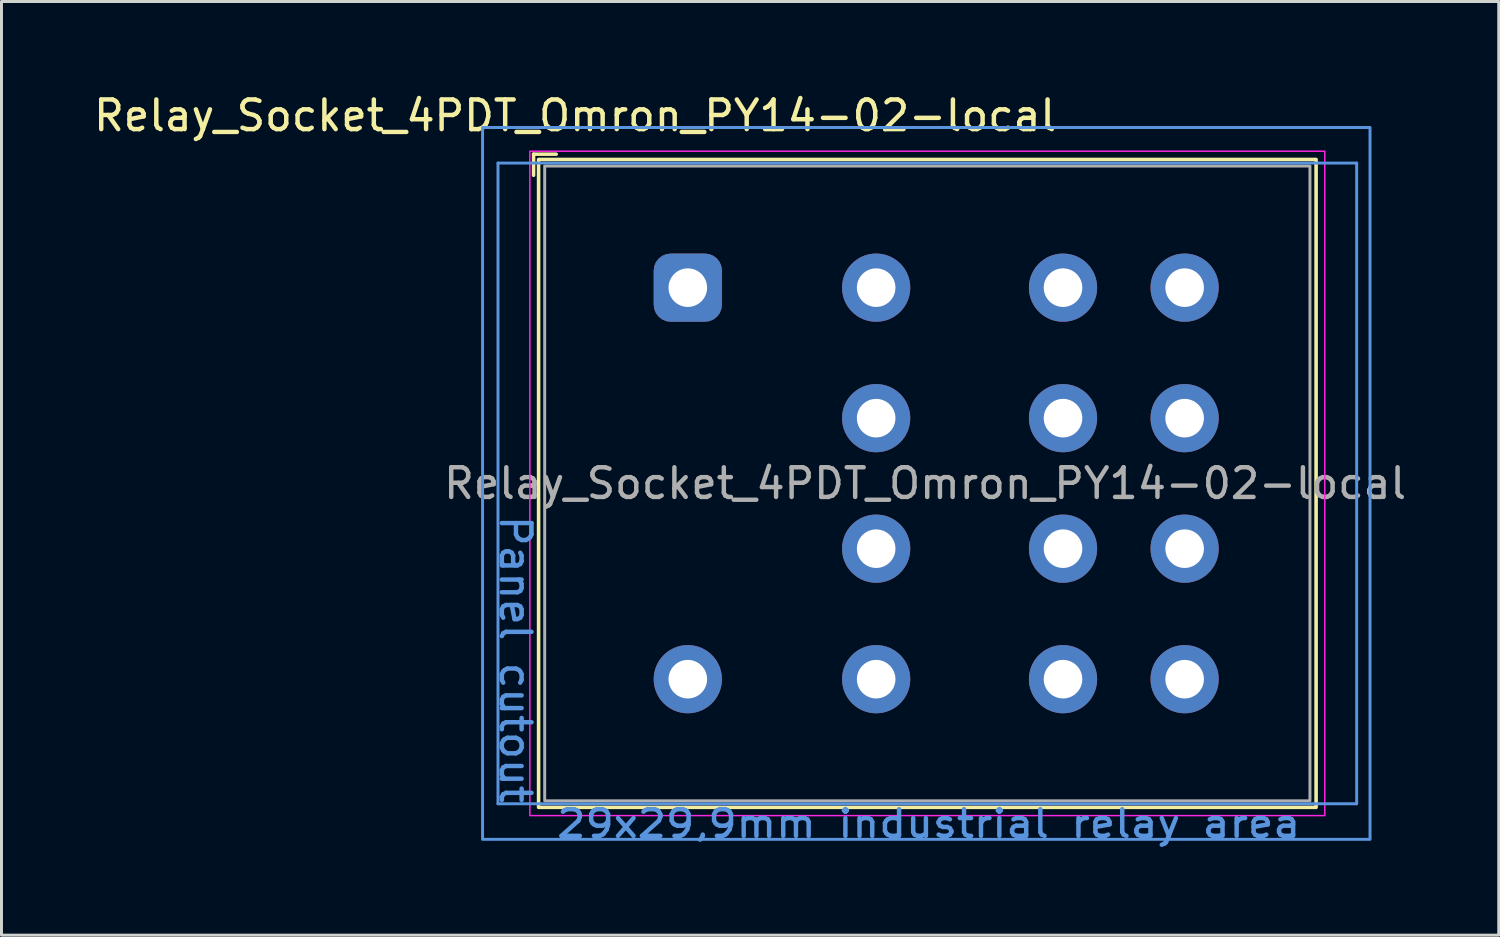
<source format=kicad_pcb>
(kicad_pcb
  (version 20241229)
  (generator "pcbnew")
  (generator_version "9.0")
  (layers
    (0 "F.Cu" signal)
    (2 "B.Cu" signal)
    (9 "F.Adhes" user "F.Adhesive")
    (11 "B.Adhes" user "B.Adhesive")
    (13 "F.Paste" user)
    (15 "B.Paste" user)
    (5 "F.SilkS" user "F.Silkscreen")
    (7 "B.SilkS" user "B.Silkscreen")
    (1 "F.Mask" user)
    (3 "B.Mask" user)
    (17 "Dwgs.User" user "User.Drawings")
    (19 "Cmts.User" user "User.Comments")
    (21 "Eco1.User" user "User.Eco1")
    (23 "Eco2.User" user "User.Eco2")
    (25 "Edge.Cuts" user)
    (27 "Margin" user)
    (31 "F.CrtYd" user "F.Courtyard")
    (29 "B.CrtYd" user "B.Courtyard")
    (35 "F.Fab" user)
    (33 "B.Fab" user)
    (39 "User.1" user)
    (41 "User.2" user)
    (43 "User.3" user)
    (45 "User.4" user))
  (footprint "Relay_Socket_4PDT_Omron_PY14-02-local"
    (layer "F.Cu")
    (at 20.139 6.648)
    (property "Reference" "Relay_Socket_4PDT_Omron_PY14-02-local" (at -3.8 -5.8 0) (unlocked yes) (layer "F.SilkS") (effects (font (size 1 1) (thickness 0.15))))
    (attr through_hole)
    (fp_line (start -5.2 -4.5) (end -4.438 -4.5) (stroke (width 0.12) (type default)) (layer "F.SilkS"))
    (fp_line (start -5.2 -3.789) (end -5.2 -4.5) (stroke (width 0.12) (type default)) (layer "F.SilkS"))
    (fp_rect (start 21.182 -4.322) (end -5.031 17.522) (stroke (width 0.12) (type default)) (fill no) (layer "F.SilkS"))
    (fp_line (start -6.4 -4.2) (end -6.4 17.4) (stroke (width 0.1) (type default)) (layer "Cmts.User"))
    (fp_line (start 22.55 -4.2) (end -6.4 -4.2) (stroke (width 0.1) (type default)) (layer "Cmts.User"))
    (fp_line (start 22.55 -4.2) (end 22.55 17.4) (stroke (width 0.1) (type default)) (layer "Cmts.User"))
    (fp_line (start 22.55 17.4) (end -6.4 17.4) (stroke (width 0.1) (type default)) (layer "Cmts.User"))
    (fp_rect (start 23 -5.4) (end -6.92 18.6) (stroke (width 0.1) (type default)) (fill no) (layer "Cmts.User"))
    (fp_rect (start 21.475 -4.6) (end -5.325 17.8) (stroke (width 0.05) (type default)) (fill no) (layer "F.CrtYd"))
    (fp_rect (start 20.975 -4.1) (end -4.825 17.3) (stroke (width 0.1) (type default)) (fill no) (layer "F.Fab"))
    (fp_text user "29x29,9mm industrial relay area" (at -4.5 18.6 0) (unlocked yes) (layer "Cmts.User") (effects (font (size 0.9 1) (thickness 0.15)) (justify left bottom)))
    (fp_text user "Panel cutout" (at -6.4 7.6 270) (unlocked yes) (layer "Cmts.User") (effects (font (size 1 1) (thickness 0.15)) (justify left bottom)))
    (fp_text user "${REFERENCE}" (at 8 6.6 0) (unlocked yes) (layer "F.Fab") (effects (font (size 1 1) (thickness 0.15))))
    (pad "1" thru_hole circle (at 16.75 0 270) (size 2.3 2.3) (drill 1.3) (layers "*.Cu" "*.Mask"))
    (pad "2" thru_hole circle (at 16.75 4.4 270) (size 2.3 2.3) (drill 1.3) (layers "*.Cu" "*.Mask"))
    (pad "3" thru_hole circle (at 16.75 8.8 270) (size 2.3 2.3) (drill 1.3) (layers "*.Cu" "*.Mask"))
    (pad "4" thru_hole circle (at 16.75 13.2 270) (size 2.3 2.3) (drill 1.3) (layers "*.Cu" "*.Mask"))
    (pad "5" thru_hole circle (at 12.65 0 270) (size 2.3 2.3) (drill 1.3) (layers "*.Cu" "*.Mask"))
    (pad "6" thru_hole circle (at 12.65 4.4 270) (size 2.3 2.3) (drill 1.3) (layers "*.Cu" "*.Mask"))
    (pad "7" thru_hole circle (at 12.65 8.8 270) (size 2.3 2.3) (drill 1.3) (layers "*.Cu" "*.Mask"))
    (pad "8" thru_hole circle (at 12.65 13.2 270) (size 2.3 2.3) (drill 1.3) (layers "*.Cu" "*.Mask"))
    (pad "9" thru_hole circle (at 6.35 0 270) (size 2.3 2.3) (drill 1.3) (layers "*.Cu" "*.Mask"))
    (pad "10" thru_hole circle (at 6.35 4.4 270) (size 2.3 2.3) (drill 1.3) (layers "*.Cu" "*.Mask"))
    (pad "11" thru_hole circle (at 6.35 8.8 270) (size 2.3 2.3) (drill 1.3) (layers "*.Cu" "*.Mask"))
    (pad "12" thru_hole circle (at 6.35 13.2 270) (size 2.3 2.3) (drill 1.3) (layers "*.Cu" "*.Mask"))
    (pad "13" thru_hole roundrect (at 0 0 270) (size 2.3 2.3) (drill 1.3) (layers "*.Cu" "*.Mask") (roundrect_rratio 0.25))
    (pad "14" thru_hole circle (at 0 13.2 270) (size 2.3 2.3) (drill 1.3) (layers "*.Cu" "*.Mask")))
  (gr_rect
    (start -3 -3)
    (end 47.479 28.478)
    (stroke (width 0.1) (type default))
    (fill no)
    (layer "Edge.Cuts")))
</source>
